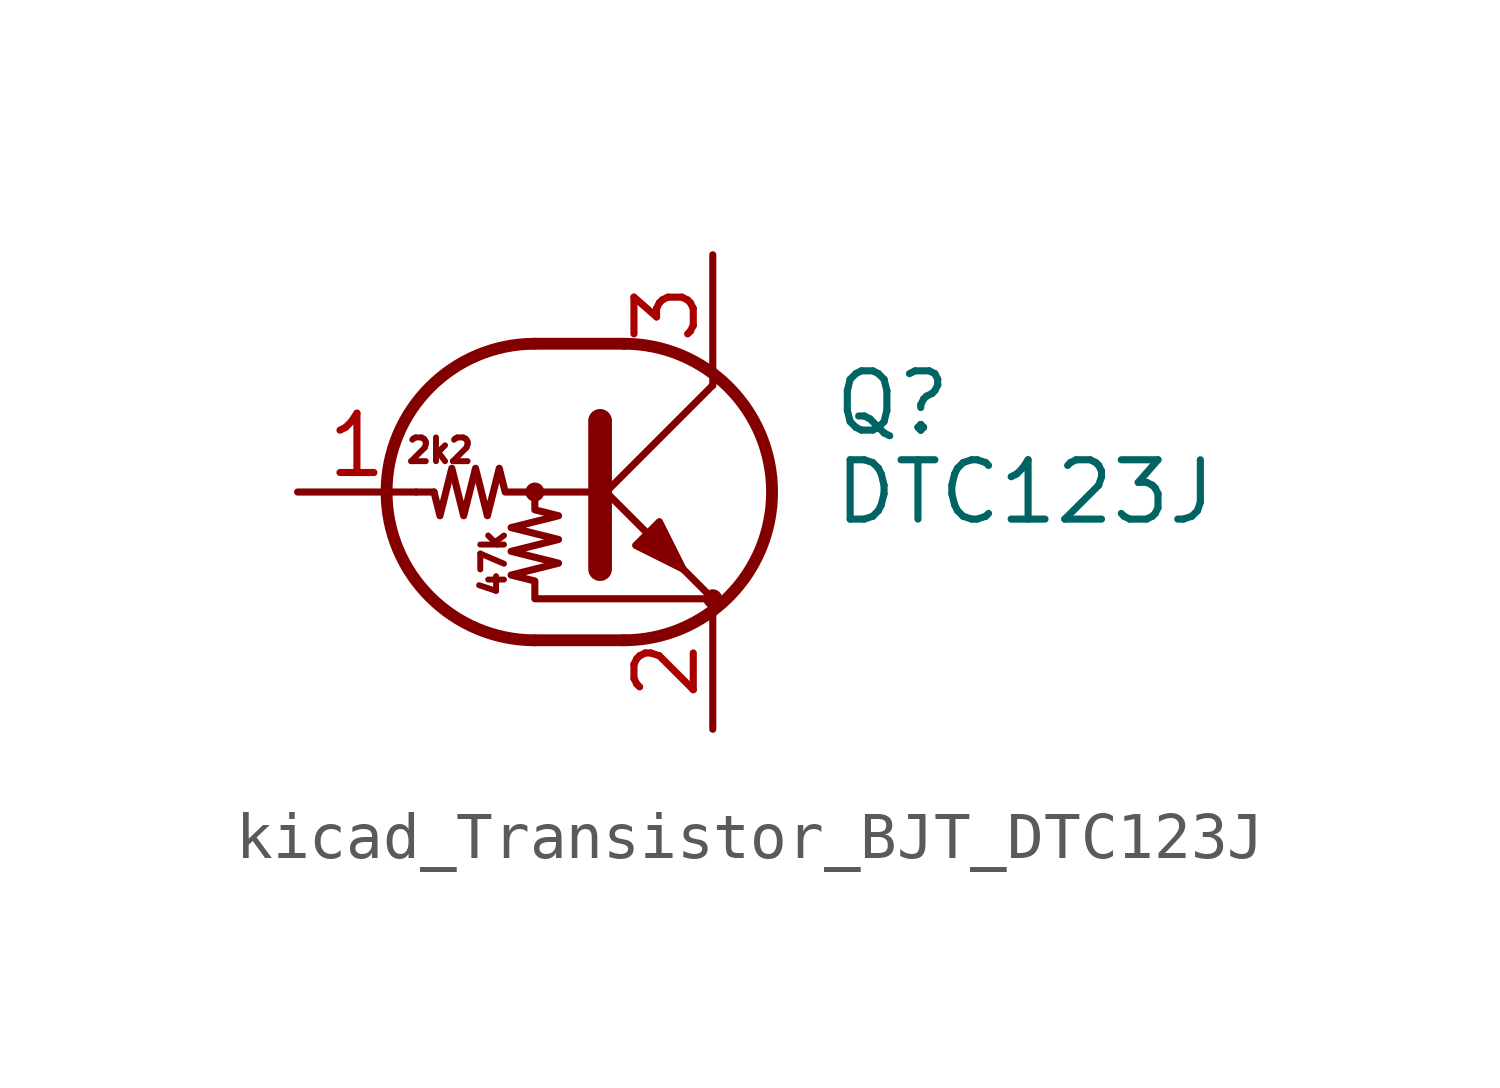
<source format=kicad_sym>
(kicad_symbol_lib
  (version 20220914)
  (generator kicad_symbol_editor)
  (symbol "kicad_Transistor_BJT_DTC123J"
    (pin_names
      (offset 0) hide)
    (property "Reference" "Q"
      (at 5.08 1.905 0)
      (effects (font (size 1.27 1.27)) (justify left)))
    (property "Value" "DTC123J"
      (at 5.08 0 0)
      (effects (font (size 1.27 1.27)) (justify left)))
    (symbol "kicad_Transistor_BJT_DTC123J_0_0"
      (text "2k2" (at -3.302 0.889 0) (effects (font (size 0.508 0.508))))
      (text "47k" (at -2.159 -1.524 900) (effects (font (size 0.508 0.508)))))
    (symbol "kicad_Transistor_BJT_DTC123J_0_1"
      (circle (center -1.27 0) (radius 0.127) (stroke (width 0) (type default)) (fill (type none)))
      (arc (start -1.27 3.175) (mid -4.4312 0) (end -1.27 -3.175) (stroke (width 0.254) (type default)) (fill (type none)))
      (polyline (pts (xy -3.429 0) (xy -3.81 0)) (stroke (width 0) (type default)) (fill (type none)))
      (polyline (pts (xy -1.27 -3.175) (xy 0.635 -3.175)) (stroke (width 0.254) (type default)) (fill (type none)))
      (polyline (pts (xy -1.27 3.175) (xy 0.635 3.175)) (stroke (width 0.254) (type default)) (fill (type none)))
      (polyline (pts (xy 0 -0.254) (xy 2.54 2.286)) (stroke (width 0) (type default)) (fill (type none)))
      (polyline (pts (xy 0.127 1.524) (xy 0.127 -1.651)) (stroke (width 0.508) (type default)) (fill (type outline)))
      (polyline (pts (xy 2.54 2.286) (xy 2.54 2.54)) (stroke (width 0) (type default)) (fill (type none)))
      (polyline (pts (xy 2.54 -2.286) (xy 0 0.254) (xy 0 0.254)) (stroke (width 0) (type default)) (fill (type none)))
      (polyline (pts (xy 0.889 -1.143) (xy 1.397 -0.635) (xy 1.905 -1.651) (xy 0.889 -1.143)) (stroke (width 0) (type default)) (fill (type outline)))
      (polyline (pts (xy 0 0) (xy -1.905 0) (xy -2.032 0.508) (xy -2.286 -0.508) (xy -2.54 0.508) (xy -2.794 -0.508) (xy -3.048 0.508) (xy -3.302 -0.508) (xy -3.429 0)) (stroke (width 0) (type default)) (fill (type none)))
      (polyline (pts (xy -1.27 0) (xy -1.27 -0.381) (xy -0.762 -0.508) (xy -1.778 -0.762) (xy -0.762 -1.016) (xy -1.778 -1.27) (xy -0.762 -1.524) (xy -1.778 -1.778) (xy -1.27 -1.905) (xy -1.27 -2.286) (xy 2.54 -2.286)) (stroke (width 0) (type default)) (fill (type none)))
      (arc (start 0.635 -3.175) (mid 3.7962 0) (end 0.635 3.175) (stroke (width 0.254) (type default)) (fill (type none)))
      (circle (center 2.54 -2.286) (radius 0.127) (stroke (width 0) (type default)) (fill (type none))))
    (symbol "kicad_Transistor_BJT_DTC123J_1_1"
      (pin input line (at -6.35 0 0) (length 2.54) (name "B" (effects (font (size 1.27 1.27)))) (number "1" (effects (font (size 1.27 1.27)))))
      (pin passive line (at 2.54 -5.08 90) (length 2.54) (name "E" (effects (font (size 1.27 1.27)))) (number "2" (effects (font (size 1.27 1.27)))))
      (pin passive line (at 2.54 5.08 270) (length 2.54) (name "C" (effects (font (size 1.27 1.27)))) (number "3" (effects (font (size 1.27 1.27))))))))
</source>
